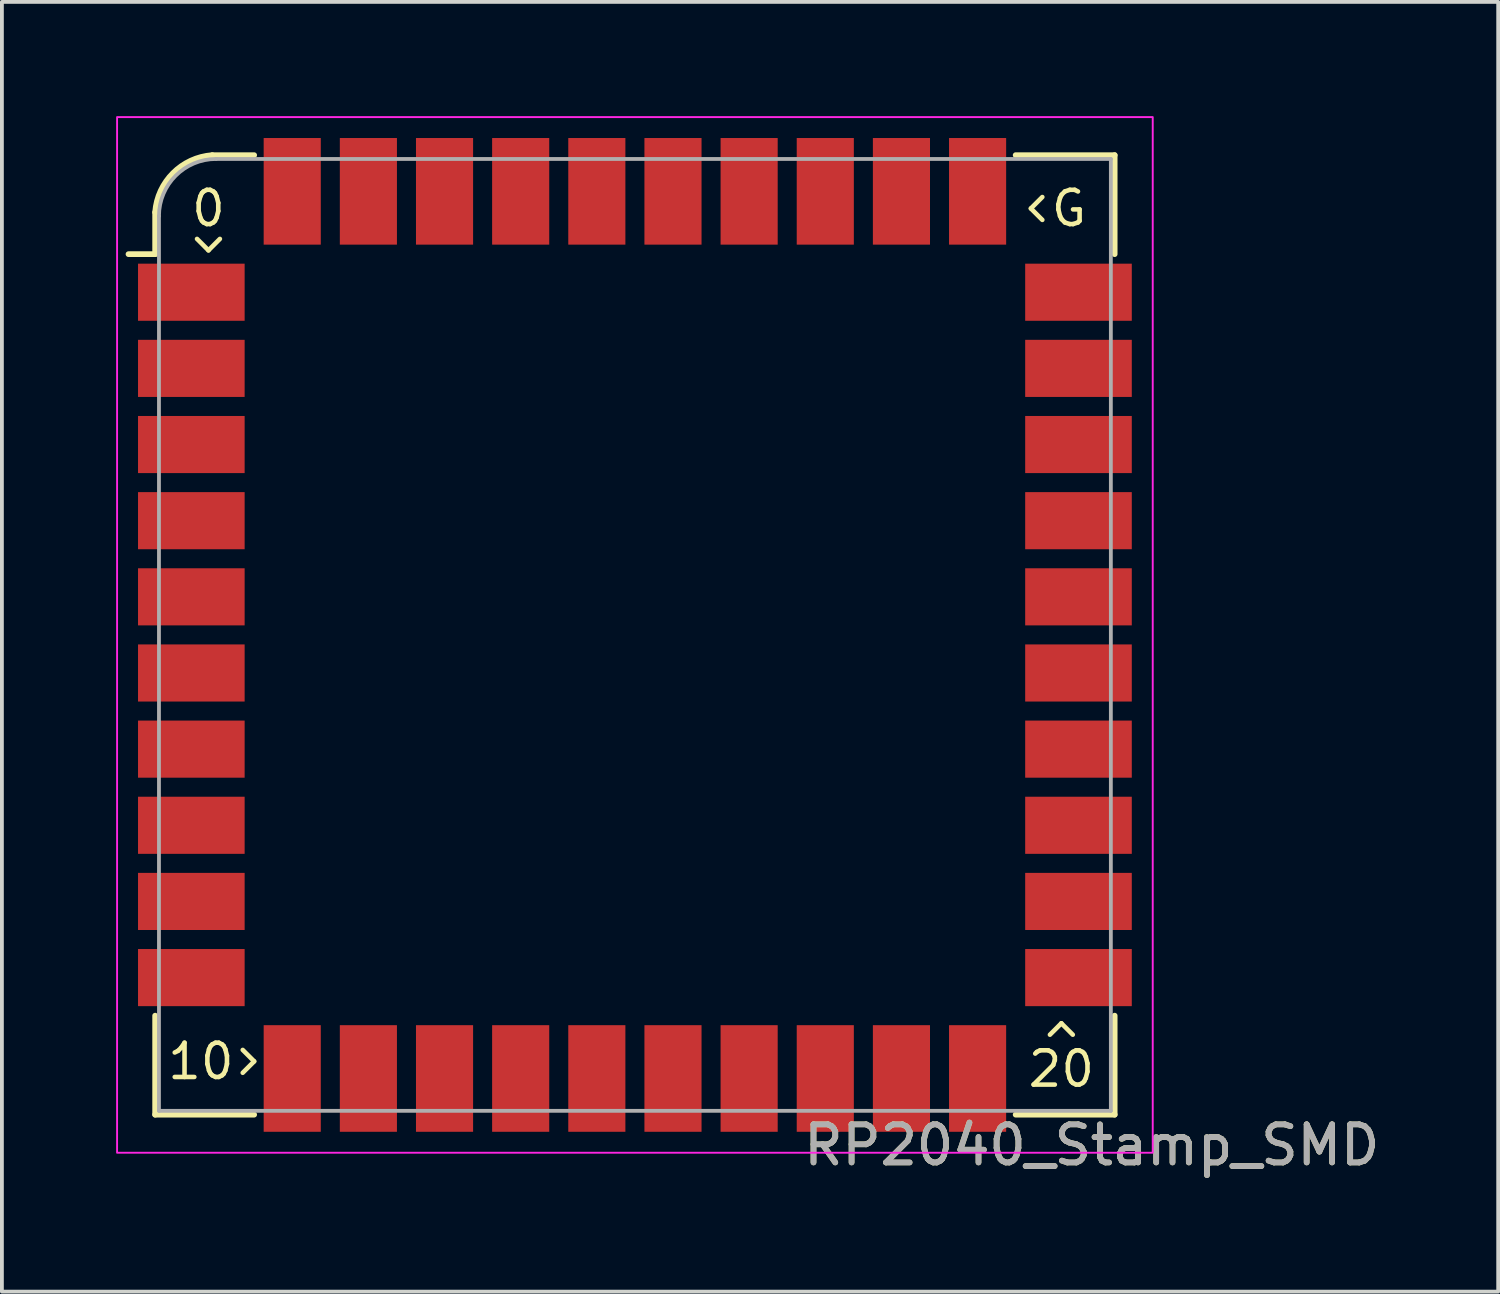
<source format=kicad_pcb>
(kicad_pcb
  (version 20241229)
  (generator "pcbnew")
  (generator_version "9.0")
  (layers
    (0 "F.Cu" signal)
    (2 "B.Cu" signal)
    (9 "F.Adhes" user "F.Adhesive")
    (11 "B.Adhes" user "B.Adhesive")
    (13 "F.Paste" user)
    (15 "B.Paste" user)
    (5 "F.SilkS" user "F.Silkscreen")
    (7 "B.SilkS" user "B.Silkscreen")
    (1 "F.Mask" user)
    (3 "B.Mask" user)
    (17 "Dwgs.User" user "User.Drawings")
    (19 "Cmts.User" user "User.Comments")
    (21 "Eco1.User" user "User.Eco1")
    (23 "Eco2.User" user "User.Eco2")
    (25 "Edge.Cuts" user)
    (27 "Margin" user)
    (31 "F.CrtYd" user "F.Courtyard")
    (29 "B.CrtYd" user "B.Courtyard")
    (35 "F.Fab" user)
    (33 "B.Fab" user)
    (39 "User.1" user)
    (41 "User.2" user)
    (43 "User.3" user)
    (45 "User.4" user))
  (footprint "RP2040_Stamp_SMD"
    (layer "F.Cu")
    (at 13.625 13.625)
    (property "Reference" "RP2040_Stamp_SMD" (at 12 13.4 0) (unlocked yes) (layer "F.SilkS") (effects (font (size 1 1) (thickness 0.15))))
    (attr through_hole)
    (fp_line (start -12.6 -10) (end -13.3 -10) (stroke (width 0.15) (type solid)) (layer "F.SilkS"))
    (fp_line (start -12.6 -10) (end -12.6 -11.1) (stroke (width 0.15) (type solid)) (layer "F.SilkS"))
    (fp_line (start -12.6 12.6) (end -12.6 10) (stroke (width 0.15) (type solid)) (layer "F.SilkS"))
    (fp_line (start -11.5 -10.4) (end -11.2 -10.1) (stroke (width 0.12) (type solid)) (layer "F.SilkS"))
    (fp_line (start -11.2 -10.1) (end -10.9 -10.4) (stroke (width 0.12) (type solid)) (layer "F.SilkS"))
    (fp_line (start -11.1 -12.6) (end -10 -12.6) (stroke (width 0.15) (type solid)) (layer "F.SilkS"))
    (fp_line (start -10.3 11.5) (end -10 11.2) (stroke (width 0.12) (type solid)) (layer "F.SilkS"))
    (fp_line (start -10 11.2) (end -10.3 10.9) (stroke (width 0.12) (type solid)) (layer "F.SilkS"))
    (fp_line (start -10 12.6) (end -12.6 12.6) (stroke (width 0.15) (type solid)) (layer "F.SilkS"))
    (fp_line (start 10 -12.6) (end 12.6 -12.6) (stroke (width 0.15) (type solid)) (layer "F.SilkS"))
    (fp_line (start 10.4 -11.2) (end 10.7 -10.9) (stroke (width 0.12) (type solid)) (layer "F.SilkS"))
    (fp_line (start 10.7 -11.5) (end 10.4 -11.2) (stroke (width 0.12) (type solid)) (layer "F.SilkS"))
    (fp_line (start 11.2 10.2) (end 10.9 10.5) (stroke (width 0.12) (type solid)) (layer "F.SilkS"))
    (fp_line (start 11.5 10.5) (end 11.2 10.2) (stroke (width 0.12) (type solid)) (layer "F.SilkS"))
    (fp_line (start 12.6 -12.6) (end 12.6 -10) (stroke (width 0.15) (type solid)) (layer "F.SilkS"))
    (fp_line (start 12.6 10) (end 12.6 12.6) (stroke (width 0.15) (type solid)) (layer "F.SilkS"))
    (fp_line (start 12.6 12.6) (end 10 12.6) (stroke (width 0.15) (type solid)) (layer "F.SilkS"))
    (fp_arc (start -12.6 -11.1) (mid -12.129432 -12.129432) (end -11.1 -12.6) (stroke (width 0.15) (type solid)) (layer "F.SilkS"))
    (fp_rect (start -13.6 -13.6) (end 13.6 13.6) (stroke (width 0.05) (type solid)) (fill no) (layer "F.CrtYd"))
    (fp_line (start -12.5 12.5) (end -12.5 -11) (stroke (width 0.1) (type solid)) (layer "F.Fab"))
    (fp_line (start -11 -12.5) (end 12.5 -12.5) (stroke (width 0.1) (type solid)) (layer "F.Fab"))
    (fp_line (start 12.5 -12.5) (end 12.5 12.5) (stroke (width 0.1) (type solid)) (layer "F.Fab"))
    (fp_line (start 12.5 12.5) (end -12.5 12.5) (stroke (width 0.1) (type solid)) (layer "F.Fab"))
    (fp_arc (start -12.500003 -11.000003) (mid -12.060661 -12.060662) (end -11 -12.5) (stroke (width 0.1) (type solid)) (layer "F.Fab"))
    (fp_text user "G" (at 11.4 -11.2 0) (unlocked yes) (layer "F.SilkS") (effects (font (size 0.9 0.9) (thickness 0.12))))
    (fp_text user "0" (at -11.2 -11.2 0) (unlocked yes) (layer "F.SilkS") (effects (font (size 0.9 0.9) (thickness 0.12))))
    (fp_text user "10" (at -11.4 11.2 0) (unlocked yes) (layer "F.SilkS") (effects (font (size 0.9 0.9) (thickness 0.12))))
    (fp_text user "20" (at 11.2 11.4 0) (unlocked yes) (layer "F.SilkS") (effects (font (size 0.9 0.9) (thickness 0.12))))
    (fp_text user "${REFERENCE}" (at 12 13.4 0) (unlocked yes) (layer "F.Fab") (effects (font (size 1 1) (thickness 0.15))))
    (pad "1" smd rect (at -11.65 -9) (size 2.8 1.5) (layers "F.Cu" "F.Mask" "F.Paste"))
    (pad "2" smd rect (at -11.65 -7) (size 2.8 1.5) (layers "F.Cu" "F.Mask" "F.Paste"))
    (pad "3" smd rect (at -11.65 -5) (size 2.8 1.5) (layers "F.Cu" "F.Mask" "F.Paste"))
    (pad "4" smd rect (at -11.65 -3) (size 2.8 1.5) (layers "F.Cu" "F.Mask" "F.Paste"))
    (pad "5" smd rect (at -11.65 -1) (size 2.8 1.5) (layers "F.Cu" "F.Mask" "F.Paste"))
    (pad "6" smd rect (at -11.65 1) (size 2.8 1.5) (layers "F.Cu" "F.Mask" "F.Paste"))
    (pad "7" smd rect (at -11.65 3) (size 2.8 1.5) (layers "F.Cu" "F.Mask" "F.Paste"))
    (pad "8" smd rect (at -11.65 5) (size 2.8 1.5) (layers "F.Cu" "F.Mask" "F.Paste"))
    (pad "9" smd rect (at -11.65 7) (size 2.8 1.5) (layers "F.Cu" "F.Mask" "F.Paste"))
    (pad "10" smd rect (at -11.65 9) (size 2.8 1.5) (layers "F.Cu" "F.Mask" "F.Paste"))
    (pad "11" smd rect (at -9 11.65 270) (size 2.8 1.5) (layers "F.Cu" "F.Mask" "F.Paste"))
    (pad "12" smd rect (at -7 11.65 270) (size 2.8 1.5) (layers "F.Cu" "F.Mask" "F.Paste"))
    (pad "13" smd rect (at -5 11.65 270) (size 2.8 1.5) (layers "F.Cu" "F.Mask" "F.Paste"))
    (pad "14" smd rect (at -3 11.65 270) (size 2.8 1.5) (layers "F.Cu" "F.Mask" "F.Paste"))
    (pad "15" smd rect (at -1 11.65 270) (size 2.8 1.5) (layers "F.Cu" "F.Mask" "F.Paste"))
    (pad "16" smd rect (at 1 11.65 270) (size 2.8 1.5) (layers "F.Cu" "F.Mask" "F.Paste"))
    (pad "17" smd rect (at 3 11.65 270) (size 2.8 1.5) (layers "F.Cu" "F.Mask" "F.Paste"))
    (pad "18" smd rect (at 5 11.65 270) (size 2.8 1.5) (layers "F.Cu" "F.Mask" "F.Paste"))
    (pad "19" smd rect (at 7 11.65 270) (size 2.8 1.5) (layers "F.Cu" "F.Mask" "F.Paste"))
    (pad "20" smd rect (at 9 11.65 270) (size 2.8 1.5) (layers "F.Cu" "F.Mask" "F.Paste"))
    (pad "21" smd rect (at 11.65 9) (size 2.8 1.5) (layers "F.Cu" "F.Mask" "F.Paste"))
    (pad "22" smd rect (at 11.65 7) (size 2.8 1.5) (layers "F.Cu" "F.Mask" "F.Paste"))
    (pad "23" smd rect (at 11.65 5) (size 2.8 1.5) (layers "F.Cu" "F.Mask" "F.Paste"))
    (pad "24" smd rect (at 11.65 3) (size 2.8 1.5) (layers "F.Cu" "F.Mask" "F.Paste"))
    (pad "25" smd rect (at 11.65 1) (size 2.8 1.5) (layers "F.Cu" "F.Mask" "F.Paste"))
    (pad "26" smd rect (at 11.65 -1) (size 2.8 1.5) (layers "F.Cu" "F.Mask" "F.Paste"))
    (pad "27" smd rect (at 11.65 -3) (size 2.8 1.5) (layers "F.Cu" "F.Mask" "F.Paste"))
    (pad "28" smd rect (at 11.65 -5) (size 2.8 1.5) (layers "F.Cu" "F.Mask" "F.Paste"))
    (pad "29" smd rect (at 11.65 -7) (size 2.8 1.5) (layers "F.Cu" "F.Mask" "F.Paste"))
    (pad "30" smd rect (at 11.65 -9) (size 2.8 1.5) (layers "F.Cu" "F.Mask" "F.Paste"))
    (pad "31" smd rect (at 9 -11.65 270) (size 2.8 1.5) (layers "F.Cu" "F.Mask" "F.Paste"))
    (pad "32" smd rect (at 7 -11.65 270) (size 2.8 1.5) (layers "F.Cu" "F.Mask" "F.Paste"))
    (pad "33" smd rect (at 5 -11.65 270) (size 2.8 1.5) (layers "F.Cu" "F.Mask" "F.Paste"))
    (pad "34" smd rect (at 3 -11.65 270) (size 2.8 1.5) (layers "F.Cu" "F.Mask" "F.Paste"))
    (pad "35" smd rect (at 1 -11.65 270) (size 2.8 1.5) (layers "F.Cu" "F.Mask" "F.Paste"))
    (pad "36" smd rect (at -1 -11.65 270) (size 2.8 1.5) (layers "F.Cu" "F.Mask" "F.Paste"))
    (pad "37" smd rect (at -3 -11.65 270) (size 2.8 1.5) (layers "F.Cu" "F.Mask" "F.Paste"))
    (pad "38" smd rect (at -5 -11.65 270) (size 2.8 1.5) (layers "F.Cu" "F.Mask" "F.Paste"))
    (pad "39" smd rect (at -7 -11.65 270) (size 2.8 1.5) (layers "F.Cu" "F.Mask" "F.Paste"))
    (pad "40" smd rect (at -9 -11.65 270) (size 2.8 1.5) (layers "F.Cu" "F.Mask" "F.Paste")))
  (gr_rect
    (start -3 -3)
    (end 36.298 30.873)
    (stroke (width 0.1) (type default))
    (fill no)
    (layer "Edge.Cuts")))
</source>
